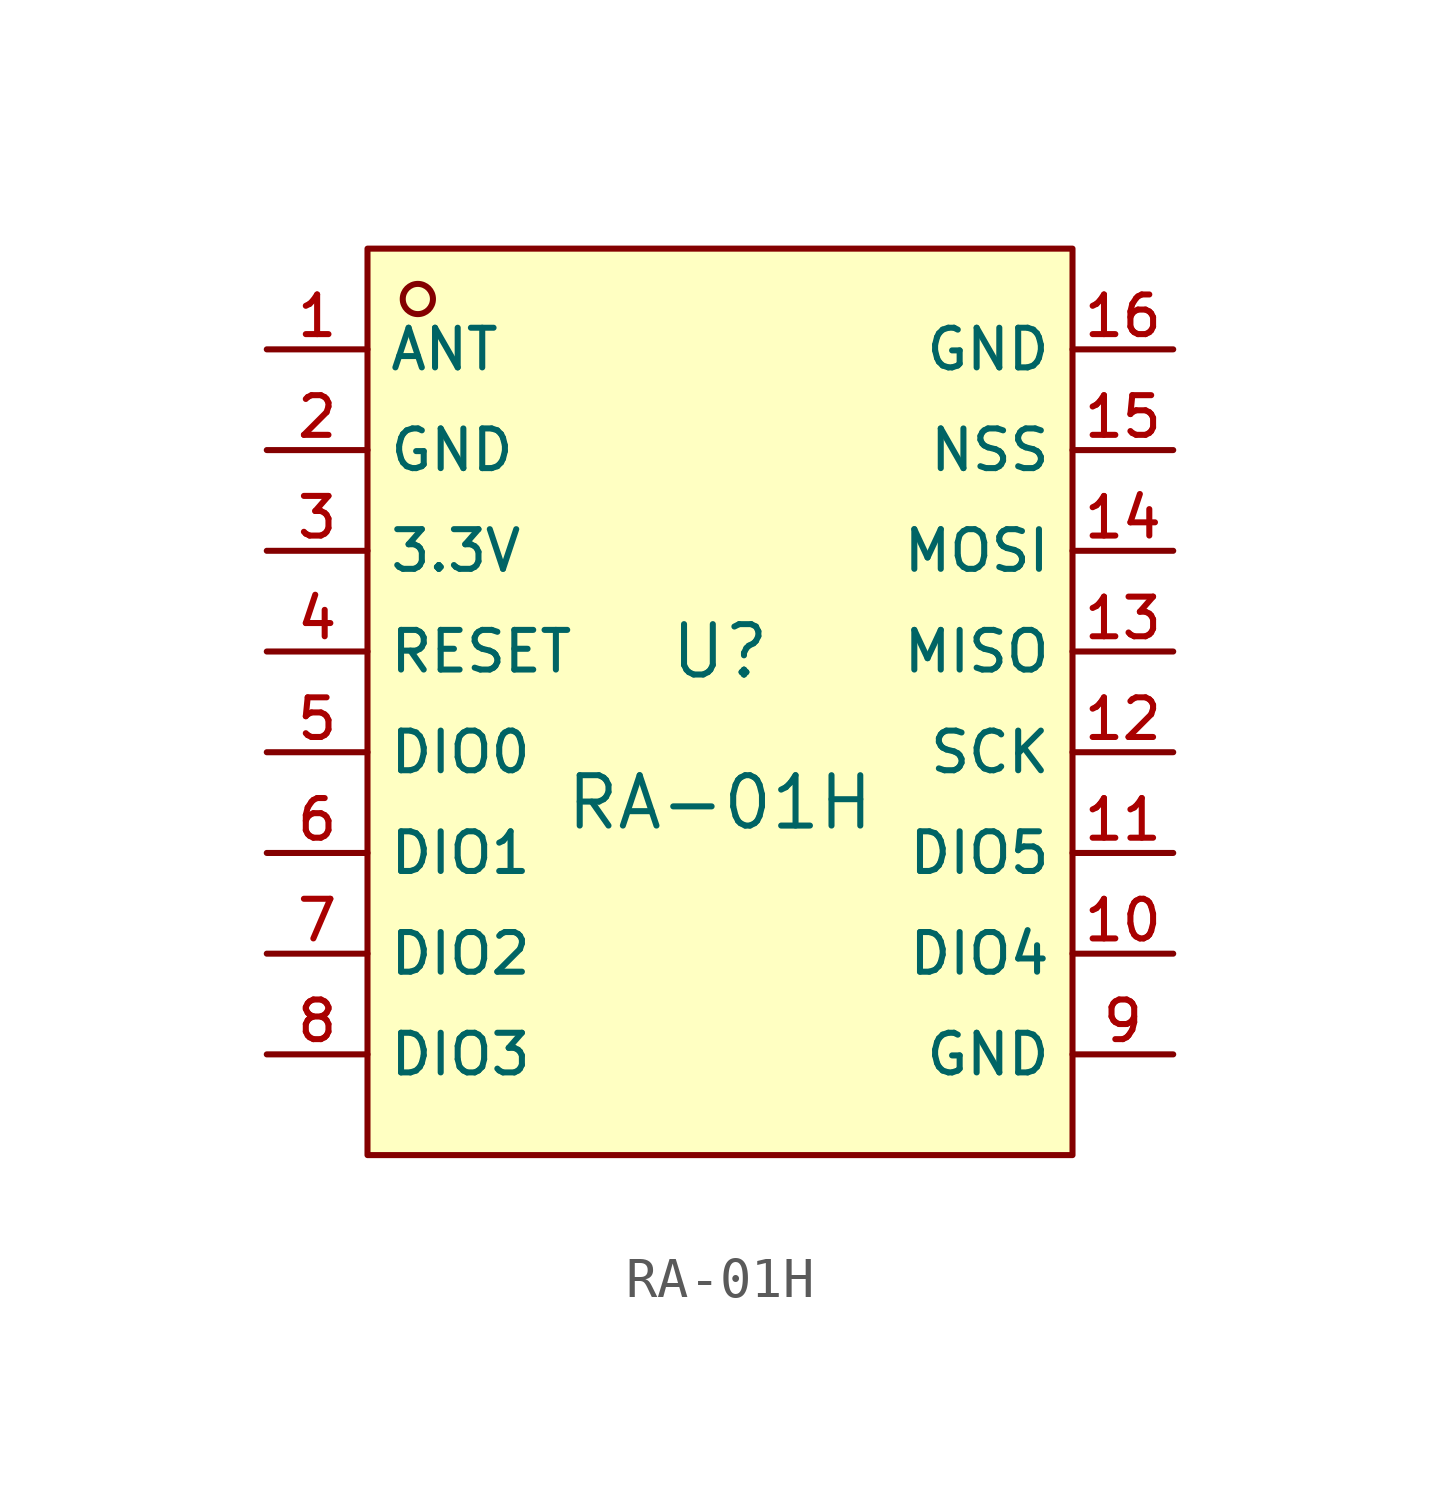
<source format=kicad_sym>
(kicad_symbol_lib
  (version 20210201)
  (generator TousstNicolas/JLC2KiCad_lib)
  (symbol "RA-01H"
    (property "Reference" "U"
      (at 0 1.27 0)
      (effects (font (size 1.27 1.27))))
    (property "Value" "RA-01H"
      (at 0 -2.54 0)
      (effects (font (size 1.27 1.27))))
    (symbol "RA-01H_0_1"
      (rectangle (start -8.89 11.43) (end 8.89 -11.43) (stroke (width 0) (type default) (color 0 0 0 0)) (fill (type background)))
      (circle (center -7.62 10.16) (radius 0.381) (stroke (width 0) (type default) (color 0 0 0 0)) (fill (type background)))
      (pin unspecified line (at -11.43 8.89 0) (length 2.54) (name "ANT" (effects (font (size 1 1)))) (number "1" (effects (font (size 1 1)))))
      (pin unspecified line (at -11.43 6.35 0) (length 2.54) (name "GND" (effects (font (size 1 1)))) (number "2" (effects (font (size 1 1)))))
      (pin unspecified line (at -11.43 3.81 0) (length 2.54) (name "3.3V" (effects (font (size 1 1)))) (number "3" (effects (font (size 1 1)))))
      (pin unspecified line (at -11.43 1.27 0) (length 2.54) (name "RESET" (effects (font (size 1 1)))) (number "4" (effects (font (size 1 1)))))
      (pin unspecified line (at -11.43 -1.27 0) (length 2.54) (name "DIO0" (effects (font (size 1 1)))) (number "5" (effects (font (size 1 1)))))
      (pin unspecified line (at -11.43 -3.81 0) (length 2.54) (name "DIO1" (effects (font (size 1 1)))) (number "6" (effects (font (size 1 1)))))
      (pin unspecified line (at -11.43 -6.35 0) (length 2.54) (name "DIO2" (effects (font (size 1 1)))) (number "7" (effects (font (size 1 1)))))
      (pin unspecified line (at -11.43 -8.89 0) (length 2.54) (name "DIO3" (effects (font (size 1 1)))) (number "8" (effects (font (size 1 1)))))
      (pin unspecified line (at 11.43 -8.89 180) (length 2.54) (name "GND" (effects (font (size 1 1)))) (number "9" (effects (font (size 1 1)))))
      (pin unspecified line (at 11.43 -6.35 180) (length 2.54) (name "DIO4" (effects (font (size 1 1)))) (number "10" (effects (font (size 1 1)))))
      (pin unspecified line (at 11.43 -3.81 180) (length 2.54) (name "DIO5" (effects (font (size 1 1)))) (number "11" (effects (font (size 1 1)))))
      (pin unspecified line (at 11.43 -1.27 180) (length 2.54) (name "SCK" (effects (font (size 1 1)))) (number "12" (effects (font (size 1 1)))))
      (pin unspecified line (at 11.43 1.27 180) (length 2.54) (name "MISO" (effects (font (size 1 1)))) (number "13" (effects (font (size 1 1)))))
      (pin unspecified line (at 11.43 3.81 180) (length 2.54) (name "MOSI" (effects (font (size 1 1)))) (number "14" (effects (font (size 1 1)))))
      (pin unspecified line (at 11.43 6.35 180) (length 2.54) (name "NSS" (effects (font (size 1 1)))) (number "15" (effects (font (size 1 1)))))
      (pin unspecified line (at 11.43 8.89 180) (length 2.54) (name "GND" (effects (font (size 1 1)))) (number "16" (effects (font (size 1 1))))))))
</source>
